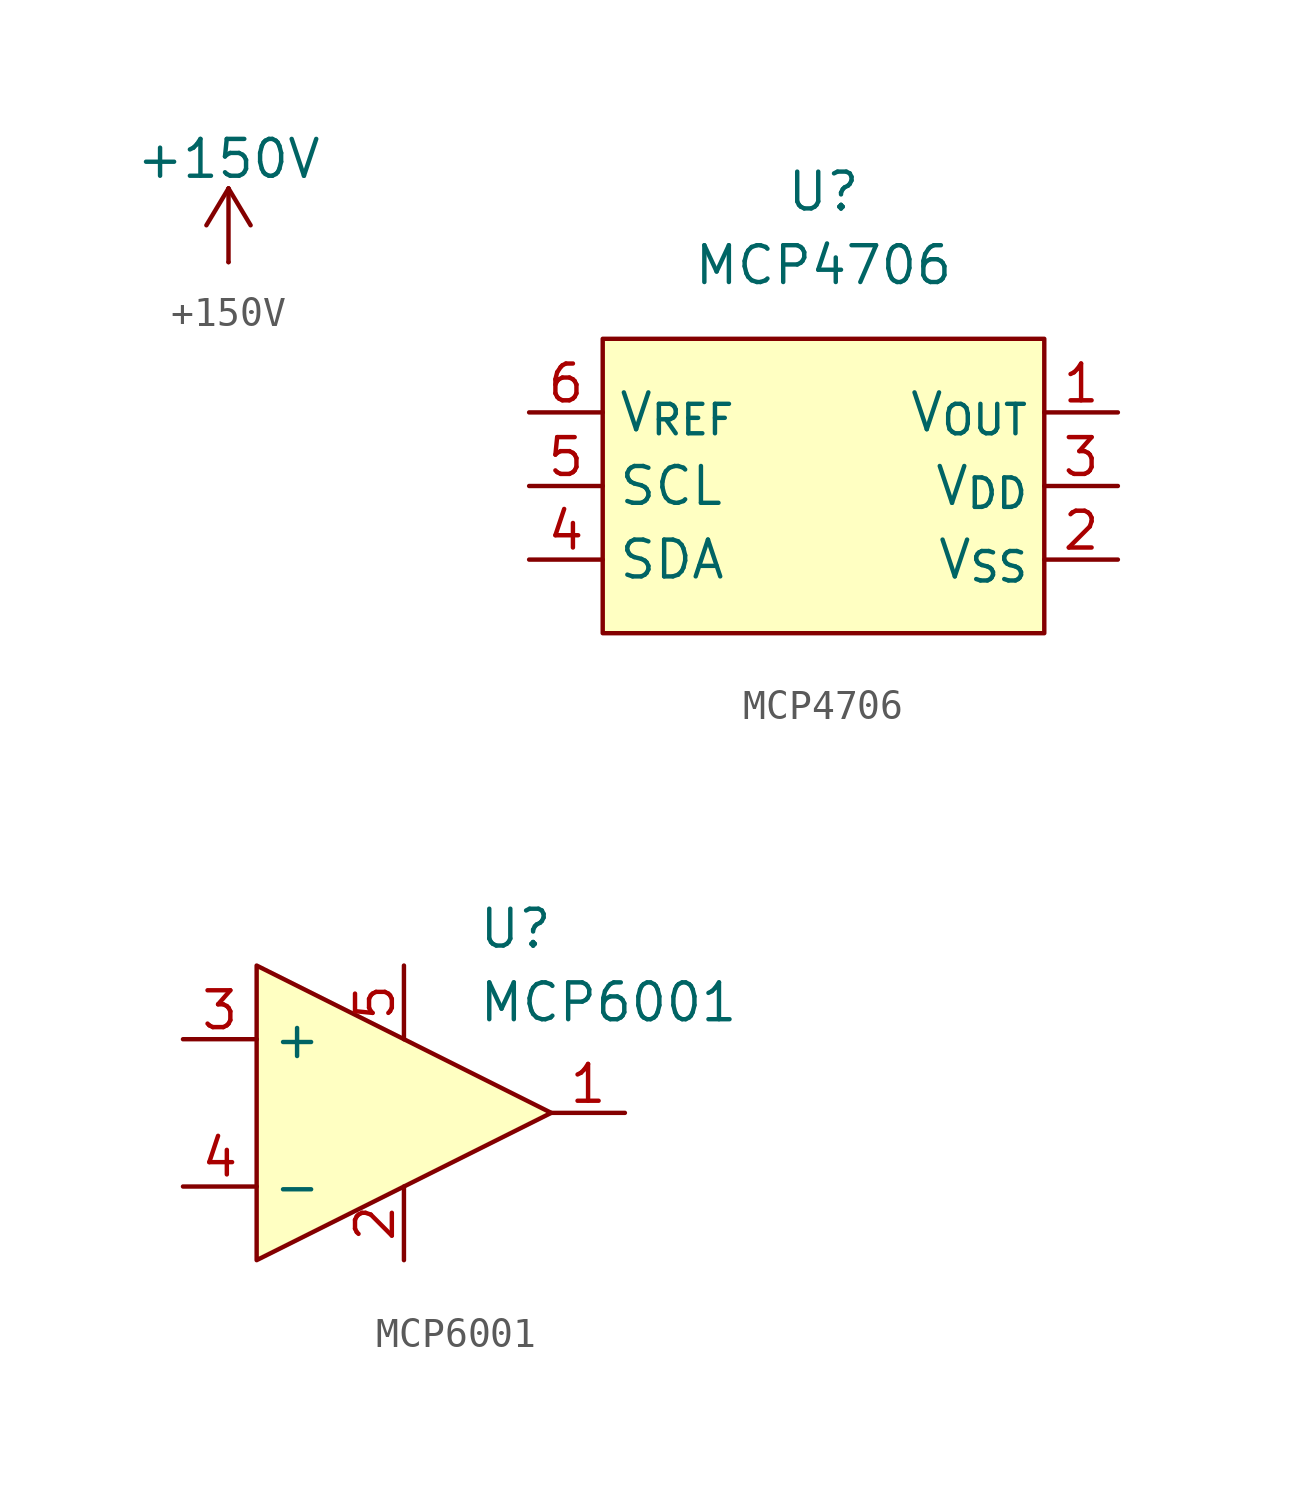
<source format=kicad_sym>
(kicad_symbol_lib
  (version 20231120)
  (generator "kicad_symbol_editor")
  (generator_version "8.0")
  (symbol "+150V"
    (power)
    (property "Reference" "#PWR"
      (at 0 -3.81 0)
      (effects (font (size 1.27 1.27)) (hide yes)))
    (property "Value" "+150V"
      (at 0 3.556 0)
      (effects (font (size 1.27 1.27))))
    (symbol "+150V_0_1"
      (polyline (pts (xy -0.762 1.27) (xy 0 2.54)) (stroke (width 0) (type default)) (fill (type none)))
      (polyline (pts (xy 0 2.54) (xy 0 0)) (stroke (width 0) (type default)) (fill (type none)))
      (polyline (pts (xy 0 2.54) (xy 0.762 1.27)) (stroke (width 0) (type default)) (fill (type none))))
    (symbol "+150V_1_1"
      (pin power_in line (at 0 0 90) (length 0) (name "~" (effects (font (size 0 0)))) (number "1" (effects (font (size 0 0)))))))
  (symbol "MCP4706"
    (property "Reference" "U"
      (at 0 10.16 0)
      (do_not_autoplace)
      (effects (font (size 1.27 1.27))))
    (property "Value" "MCP4706"
      (at 0 7.62 0)
      (do_not_autoplace)
      (effects (font (size 1.27 1.27))))
    (symbol "MCP4706_1_1"
      (rectangle (start -7.62 5.08) (end 7.62 -5.08) (stroke (width 0) (type default)) (fill (type background)))
      (pin bidirectional line (at 10.16 2.54 180) (length 2.54) (name "V_{OUT}" (effects (font (size 1.27 1.27)))) (number "1" (effects (font (size 1.27 1.27)))))
      (pin power_in line (at 10.16 -2.54 180) (length 2.54) (name "V_{SS}" (effects (font (size 1.27 1.27)))) (number "2" (effects (font (size 1.27 1.27)))))
      (pin power_in line (at 10.16 0 180) (length 2.54) (name "V_{DD}" (effects (font (size 1.27 1.27)))) (number "3" (effects (font (size 1.27 1.27)))))
      (pin bidirectional line (at -10.16 -2.54 0) (length 2.54) (name "SDA" (effects (font (size 1.27 1.27)))) (number "4" (effects (font (size 1.27 1.27)))))
      (pin bidirectional line (at -10.16 0 0) (length 2.54) (name "SCL" (effects (font (size 1.27 1.27)))) (number "5" (effects (font (size 1.27 1.27)))))
      (pin bidirectional line (at -10.16 2.54 0) (length 2.54) (name "V_{REF}" (effects (font (size 1.27 1.27)))) (number "6" (effects (font (size 1.27 1.27)))))))
  (symbol "MCP6001"
    (property "Reference" "U"
      (at 2.54 6.35 0)
      (do_not_autoplace)
      (effects (font (size 1.27 1.27)) (justify left)))
    (property "Value" "MCP6001"
      (at 2.54 3.81 0)
      (do_not_autoplace)
      (effects (font (size 1.27 1.27)) (justify left)))
    (symbol "MCP6001_1_1"
      (polyline (pts (xy 5.08 0) (xy -5.08 5.08) (xy -5.08 -5.08) (xy 5.08 0)) (stroke (width 0) (type default)) (fill (type background)))
      (pin bidirectional line (at 7.62 0 180) (length 2.54) (name "OUT" (effects (font (size 0 0)))) (number "1" (effects (font (size 1.27 1.27)))))
      (pin power_in line (at 0 -5.08 90) (length 2.54) (name "GND" (effects (font (size 0 0)))) (number "2" (effects (font (size 1.27 1.27)))))
      (pin bidirectional line (at -7.62 2.54 0) (length 2.54) (name "+" (effects (font (size 1.27 1.27)))) (number "3" (effects (font (size 1.27 1.27)))))
      (pin bidirectional line (at -7.62 -2.54 0) (length 2.54) (name "-" (effects (font (size 1.27 1.27)))) (number "4" (effects (font (size 1.27 1.27)))))
      (pin power_in line (at 0 5.08 270) (length 2.54) (name "V_{DD}" (effects (font (size 0 0)))) (number "5" (effects (font (size 1.27 1.27))))))))
</source>
